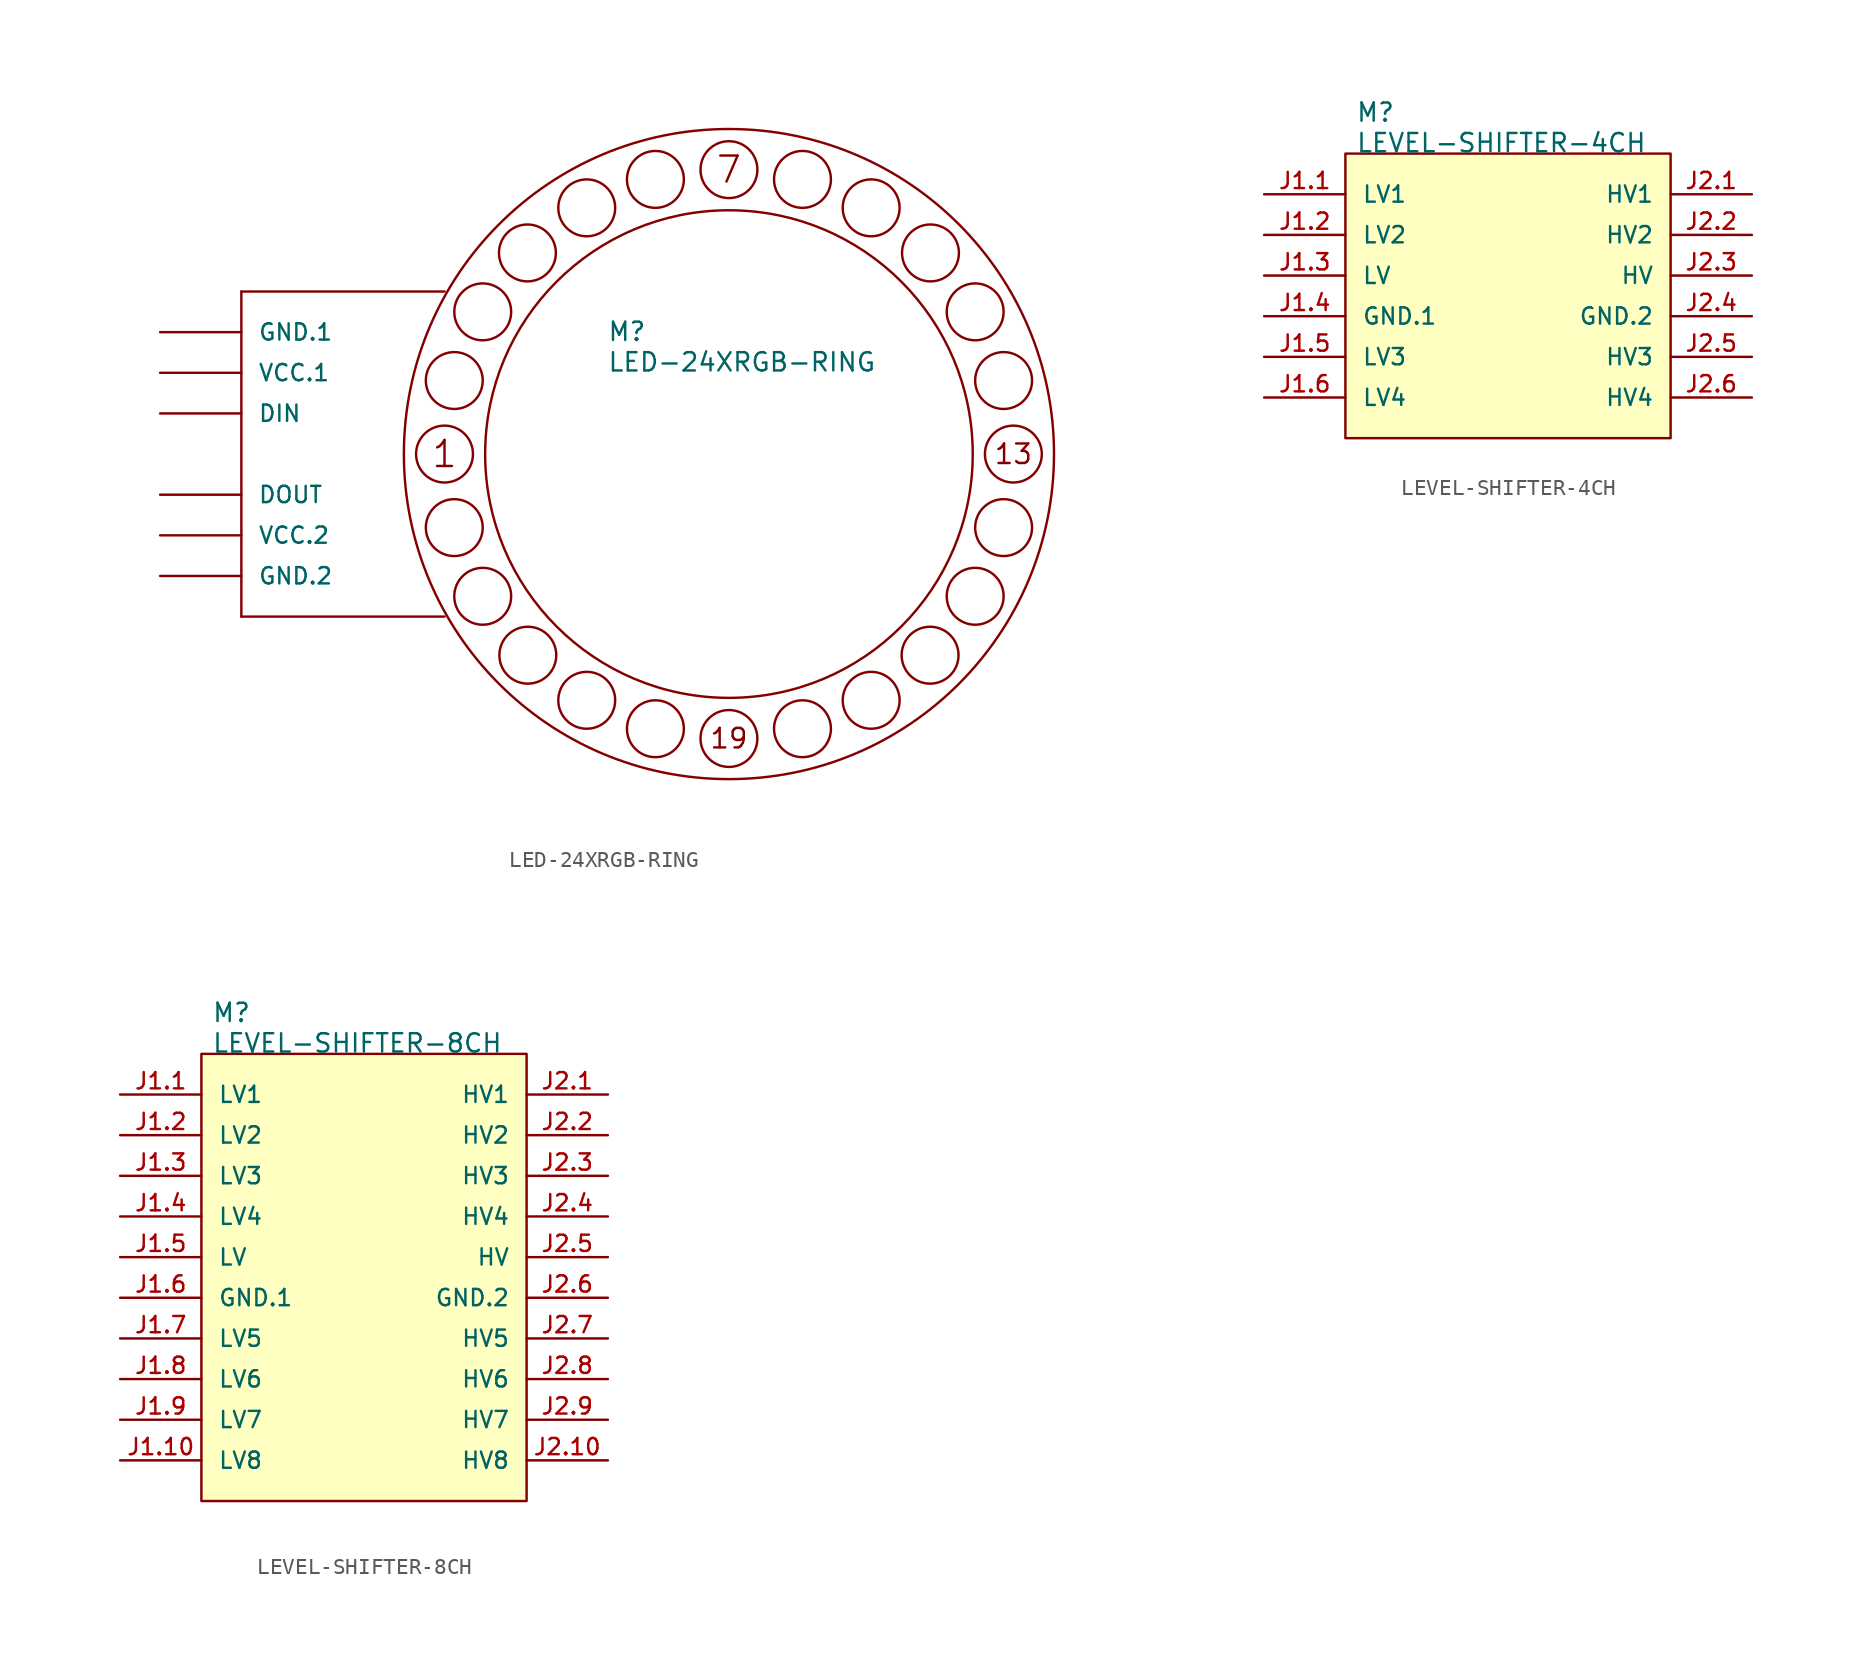
<source format=kicad_sym>
(kicad_symbol_lib
  (version 20231120)
  (generator "kicad_symbol_editor")
  (generator_version "8.0")
  (symbol "LED-24XRGB-RING"
    (pin_numbers hide)
    (pin_names
      (offset 1.016))
    (property "Reference" "M"
      (at -7.62 6.985 0)
      (effects (font (size 1.143 1.143)) (justify left bottom)))
    (property "Value" "LED-24XRGB-RING"
      (at -7.62 5.08 0)
      (effects (font (size 1.143 1.143)) (justify left bottom)))
    (property "ki_locked" ""
      (at 0 0 0)
      (effects (font (size 1.27 1.27))))
    (symbol "LED-24XRGB-RING_1_0"
      (polyline (pts (xy -30.48 -10.16) (xy -17.78 -10.16)) (stroke (width 0) (type default)) (fill (type none)))
      (polyline (pts (xy -30.48 10.16) (xy -30.48 -10.16)) (stroke (width 0) (type default)) (fill (type none)))
      (polyline (pts (xy -17.78 10.16) (xy -30.48 10.16)) (stroke (width 0) (type default)) (fill (type none)))
      (text "1" (at -17.78 0 0) (effects (font (size 1.626 1.626))))
      (text "13" (at 17.78 0 0) (effects (font (size 1.219 1.219))))
      (text "19" (at 0 -17.78 0) (effects (font (size 1.219 1.219))))
      (text "7" (at 0 17.78 0) (effects (font (size 1.626 1.626)))))
    (symbol "LED-24XRGB-RING_1_1"
      (circle (center -17.78 0) (radius 1.778) (stroke (width 0) (type default)) (fill (type none)))
      (circle (center -17.17 -4.597) (radius 1.778) (stroke (width 0) (type default)) (fill (type none)))
      (circle (center -17.17 4.597) (radius 1.778) (stroke (width 0) (type default)) (fill (type none)))
      (circle (center -15.392 -8.89) (radius 1.778) (stroke (width 0) (type default)) (fill (type none)))
      (circle (center -15.392 8.89) (radius 1.778) (stroke (width 0) (type default)) (fill (type none)))
      (circle (center -12.598 12.573) (radius 1.778) (stroke (width 0) (type default)) (fill (type none)))
      (circle (center -12.573 -12.573) (radius 1.778) (stroke (width 0) (type default)) (fill (type none)))
      (circle (center -8.89 -15.392) (radius 1.778) (stroke (width 0) (type default)) (fill (type none)))
      (circle (center -8.89 15.392) (radius 1.778) (stroke (width 0) (type default)) (fill (type none)))
      (circle (center -4.597 -17.17) (radius 1.778) (stroke (width 0) (type default)) (fill (type none)))
      (circle (center -4.597 17.17) (radius 1.778) (stroke (width 0) (type default)) (fill (type none)))
      (circle (center 0 -17.78) (radius 1.778) (stroke (width 0) (type default)) (fill (type none)))
      (circle (center 0 0) (radius 15.24) (stroke (width 0) (type default)) (fill (type none)))
      (circle (center 0 0) (radius 20.32) (stroke (width 0) (type default)) (fill (type none)))
      (circle (center 0 17.78) (radius 1.778) (stroke (width 0) (type default)) (fill (type none)))
      (circle (center 4.597 -17.17) (radius 1.778) (stroke (width 0) (type default)) (fill (type none)))
      (circle (center 4.597 17.17) (radius 1.778) (stroke (width 0) (type default)) (fill (type none)))
      (circle (center 8.89 -15.392) (radius 1.778) (stroke (width 0) (type default)) (fill (type none)))
      (circle (center 8.89 15.392) (radius 1.778) (stroke (width 0) (type default)) (fill (type none)))
      (circle (center 12.573 -12.573) (radius 1.778) (stroke (width 0) (type default)) (fill (type none)))
      (circle (center 12.598 12.573) (radius 1.778) (stroke (width 0) (type default)) (fill (type none)))
      (circle (center 15.392 -8.89) (radius 1.778) (stroke (width 0) (type default)) (fill (type none)))
      (circle (center 15.392 8.89) (radius 1.778) (stroke (width 0) (type default)) (fill (type none)))
      (circle (center 17.17 -4.597) (radius 1.778) (stroke (width 0) (type default)) (fill (type none)))
      (circle (center 17.17 4.597) (radius 1.778) (stroke (width 0) (type default)) (fill (type none)))
      (circle (center 17.78 0) (radius 1.778) (stroke (width 0) (type default)) (fill (type none)))
      (pin power_in line (at -35.56 7.62 0) (length 5.08) (name "GND.1" (effects (font (size 1.016 1.016)))) (number "1" (effects (font (size 1.016 1.016)))))
      (pin power_in line (at -35.56 5.08 0) (length 5.08) (name "VCC.1" (effects (font (size 1.016 1.016)))) (number "2" (effects (font (size 1.016 1.016)))))
      (pin input line (at -35.56 2.54 0) (length 5.08) (name "DIN" (effects (font (size 1.016 1.016)))) (number "3" (effects (font (size 1.016 1.016)))))
      (pin input line (at -35.56 -2.54 0) (length 5.08) (name "DOUT" (effects (font (size 1.016 1.016)))) (number "4" (effects (font (size 1.016 1.016)))))
      (pin power_in line (at -35.56 -5.08 0) (length 5.08) (name "VCC.2" (effects (font (size 1.016 1.016)))) (number "5" (effects (font (size 1.016 1.016)))))
      (pin power_in line (at -35.56 -7.62 0) (length 5.08) (name "GND.2" (effects (font (size 1.016 1.016)))) (number "6" (effects (font (size 1.016 1.016)))))))
  (symbol "LEVEL-SHIFTER-4CH"
    (pin_names
      (offset 1.016))
    (property "Reference" "M"
      (at -9.525 9.525 0)
      (effects (font (size 1.143 1.143)) (justify left bottom)))
    (property "Value" "LEVEL-SHIFTER-4CH"
      (at -9.525 7.62 0)
      (effects (font (size 1.143 1.143)) (justify left bottom)))
    (property "ki_locked" ""
      (at 0 0 0)
      (effects (font (size 1.27 1.27))))
    (symbol "LEVEL-SHIFTER-4CH_1_1"
      (rectangle (start -10.16 -10.16) (end 10.16 7.62) (stroke (width 0) (type default)) (fill (type background)))
      (pin bidirectional line (at -15.24 5.08 0) (length 5.08) (name "LV1" (effects (font (size 1.016 1.016)))) (number "J1.1" (effects (font (size 1.016 1.016)))))
      (pin bidirectional line (at -15.24 2.54 0) (length 5.08) (name "LV2" (effects (font (size 1.016 1.016)))) (number "J1.2" (effects (font (size 1.016 1.016)))))
      (pin power_in line (at -15.24 0 0) (length 5.08) (name "LV" (effects (font (size 1.016 1.016)))) (number "J1.3" (effects (font (size 1.016 1.016)))))
      (pin power_in line (at -15.24 -2.54 0) (length 5.08) (name "GND.1" (effects (font (size 1.016 1.016)))) (number "J1.4" (effects (font (size 1.016 1.016)))))
      (pin bidirectional line (at -15.24 -5.08 0) (length 5.08) (name "LV3" (effects (font (size 1.016 1.016)))) (number "J1.5" (effects (font (size 1.016 1.016)))))
      (pin bidirectional line (at -15.24 -7.62 0) (length 5.08) (name "LV4" (effects (font (size 1.016 1.016)))) (number "J1.6" (effects (font (size 1.016 1.016)))))
      (pin bidirectional line (at 15.24 5.08 180) (length 5.08) (name "HV1" (effects (font (size 1.016 1.016)))) (number "J2.1" (effects (font (size 1.016 1.016)))))
      (pin bidirectional line (at 15.24 2.54 180) (length 5.08) (name "HV2" (effects (font (size 1.016 1.016)))) (number "J2.2" (effects (font (size 1.016 1.016)))))
      (pin power_in line (at 15.24 0 180) (length 5.08) (name "HV" (effects (font (size 1.016 1.016)))) (number "J2.3" (effects (font (size 1.016 1.016)))))
      (pin power_in line (at 15.24 -2.54 180) (length 5.08) (name "GND.2" (effects (font (size 1.016 1.016)))) (number "J2.4" (effects (font (size 1.016 1.016)))))
      (pin bidirectional line (at 15.24 -5.08 180) (length 5.08) (name "HV3" (effects (font (size 1.016 1.016)))) (number "J2.5" (effects (font (size 1.016 1.016)))))
      (pin bidirectional line (at 15.24 -7.62 180) (length 5.08) (name "HV4" (effects (font (size 1.016 1.016)))) (number "J2.6" (effects (font (size 1.016 1.016)))))))
  (symbol "LEVEL-SHIFTER-8CH"
    (pin_names
      (offset 1.016))
    (property "Reference" "M"
      (at -9.525 17.145 0)
      (effects (font (size 1.143 1.143)) (justify left bottom)))
    (property "Value" "LEVEL-SHIFTER-8CH"
      (at -9.525 15.24 0)
      (effects (font (size 1.143 1.143)) (justify left bottom)))
    (property "ki_locked" ""
      (at 0 0 0)
      (effects (font (size 1.27 1.27))))
    (symbol "LEVEL-SHIFTER-8CH_1_1"
      (rectangle (start 10.16 -12.7) (end -10.16 15.24) (stroke (width 0) (type default)) (fill (type background)))
      (pin bidirectional line (at -15.24 12.7 0) (length 5.08) (name "LV1" (effects (font (size 1.016 1.016)))) (number "J1.1" (effects (font (size 1.016 1.016)))))
      (pin bidirectional line (at -15.24 -10.16 0) (length 5.08) (name "LV8" (effects (font (size 1.016 1.016)))) (number "J1.10" (effects (font (size 1.016 1.016)))))
      (pin bidirectional line (at -15.24 10.16 0) (length 5.08) (name "LV2" (effects (font (size 1.016 1.016)))) (number "J1.2" (effects (font (size 1.016 1.016)))))
      (pin bidirectional line (at -15.24 7.62 0) (length 5.08) (name "LV3" (effects (font (size 1.016 1.016)))) (number "J1.3" (effects (font (size 1.016 1.016)))))
      (pin bidirectional line (at -15.24 5.08 0) (length 5.08) (name "LV4" (effects (font (size 1.016 1.016)))) (number "J1.4" (effects (font (size 1.016 1.016)))))
      (pin power_in line (at -15.24 2.54 0) (length 5.08) (name "LV" (effects (font (size 1.016 1.016)))) (number "J1.5" (effects (font (size 1.016 1.016)))))
      (pin power_in line (at -15.24 0 0) (length 5.08) (name "GND.1" (effects (font (size 1.016 1.016)))) (number "J1.6" (effects (font (size 1.016 1.016)))))
      (pin bidirectional line (at -15.24 -2.54 0) (length 5.08) (name "LV5" (effects (font (size 1.016 1.016)))) (number "J1.7" (effects (font (size 1.016 1.016)))))
      (pin bidirectional line (at -15.24 -5.08 0) (length 5.08) (name "LV6" (effects (font (size 1.016 1.016)))) (number "J1.8" (effects (font (size 1.016 1.016)))))
      (pin bidirectional line (at -15.24 -7.62 0) (length 5.08) (name "LV7" (effects (font (size 1.016 1.016)))) (number "J1.9" (effects (font (size 1.016 1.016)))))
      (pin bidirectional line (at 15.24 12.7 180) (length 5.08) (name "HV1" (effects (font (size 1.016 1.016)))) (number "J2.1" (effects (font (size 1.016 1.016)))))
      (pin bidirectional line (at 15.24 -10.16 180) (length 5.08) (name "HV8" (effects (font (size 1.016 1.016)))) (number "J2.10" (effects (font (size 1.016 1.016)))))
      (pin bidirectional line (at 15.24 10.16 180) (length 5.08) (name "HV2" (effects (font (size 1.016 1.016)))) (number "J2.2" (effects (font (size 1.016 1.016)))))
      (pin bidirectional line (at 15.24 7.62 180) (length 5.08) (name "HV3" (effects (font (size 1.016 1.016)))) (number "J2.3" (effects (font (size 1.016 1.016)))))
      (pin bidirectional line (at 15.24 5.08 180) (length 5.08) (name "HV4" (effects (font (size 1.016 1.016)))) (number "J2.4" (effects (font (size 1.016 1.016)))))
      (pin power_in line (at 15.24 2.54 180) (length 5.08) (name "HV" (effects (font (size 1.016 1.016)))) (number "J2.5" (effects (font (size 1.016 1.016)))))
      (pin power_in line (at 15.24 0 180) (length 5.08) (name "GND.2" (effects (font (size 1.016 1.016)))) (number "J2.6" (effects (font (size 1.016 1.016)))))
      (pin bidirectional line (at 15.24 -2.54 180) (length 5.08) (name "HV5" (effects (font (size 1.016 1.016)))) (number "J2.7" (effects (font (size 1.016 1.016)))))
      (pin bidirectional line (at 15.24 -5.08 180) (length 5.08) (name "HV6" (effects (font (size 1.016 1.016)))) (number "J2.8" (effects (font (size 1.016 1.016)))))
      (pin bidirectional line (at 15.24 -7.62 180) (length 5.08) (name "HV7" (effects (font (size 1.016 1.016)))) (number "J2.9" (effects (font (size 1.016 1.016))))))))
</source>
